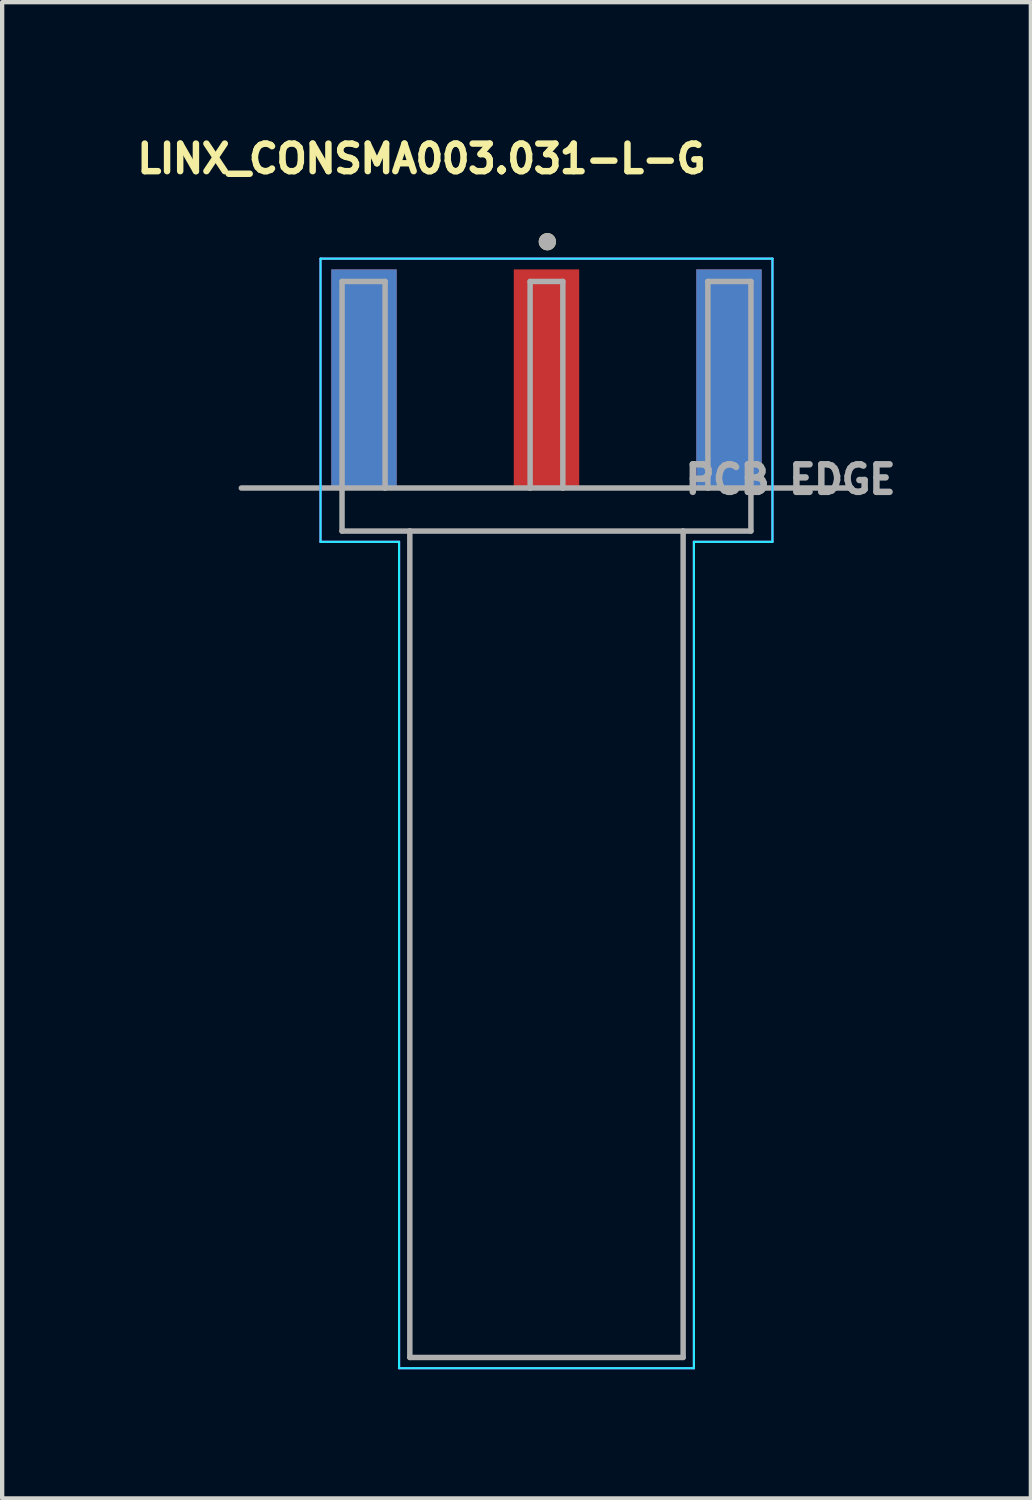
<source format=kicad_pcb>
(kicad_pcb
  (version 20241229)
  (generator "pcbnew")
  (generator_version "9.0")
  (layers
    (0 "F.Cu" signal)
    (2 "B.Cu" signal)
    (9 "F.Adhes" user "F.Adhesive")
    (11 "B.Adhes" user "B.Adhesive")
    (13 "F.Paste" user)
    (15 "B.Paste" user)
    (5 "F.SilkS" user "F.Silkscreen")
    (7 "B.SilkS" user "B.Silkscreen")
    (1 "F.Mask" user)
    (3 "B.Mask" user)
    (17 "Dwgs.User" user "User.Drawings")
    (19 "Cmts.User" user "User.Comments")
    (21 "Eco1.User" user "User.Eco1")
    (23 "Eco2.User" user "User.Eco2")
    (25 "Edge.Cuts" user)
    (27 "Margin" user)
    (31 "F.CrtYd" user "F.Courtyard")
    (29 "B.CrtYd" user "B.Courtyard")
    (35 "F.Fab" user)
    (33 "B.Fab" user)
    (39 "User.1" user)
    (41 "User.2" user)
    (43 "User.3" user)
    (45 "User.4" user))
  (footprint "LINX_CONSMA003.031-L-G"
    (layer "F.Cu")
    (at 9.647 8.289)
    (property "Reference" "LINX_CONSMA003.031-L-G" (at -2.903 -7.651 0) (layer "F.SilkS") (effects (font (size 0.64 0.64) (thickness 0.15))))
    (attr smd)
    (fp_circle (center 0.02 -5.723) (end 0.12 -5.723) (stroke (width 0.2) (type solid)) (fill no) (layer "F.SilkS"))
    (fp_line (start -5.25 -5.33) (end 5.25 -5.33) (stroke (width 0.05) (type solid)) (layer "B.CrtYd"))
    (fp_line (start -5.25 1.25) (end -5.25 -5.33) (stroke (width 0.05) (type solid)) (layer "B.CrtYd"))
    (fp_line (start -5.25 1.25) (end -3.425 1.25) (stroke (width 0.05) (type solid)) (layer "B.CrtYd"))
    (fp_line (start -3.425 1.25) (end -3.425 20.45) (stroke (width 0.05) (type solid)) (layer "B.CrtYd"))
    (fp_line (start 3.425 1.25) (end 3.425 20.45) (stroke (width 0.05) (type solid)) (layer "B.CrtYd"))
    (fp_line (start 3.425 20.45) (end -3.425 20.45) (stroke (width 0.05) (type solid)) (layer "B.CrtYd"))
    (fp_line (start 5.25 -5.33) (end 5.25 1.25) (stroke (width 0.05) (type solid)) (layer "B.CrtYd"))
    (fp_line (start 5.25 1.25) (end 3.425 1.25) (stroke (width 0.05) (type solid)) (layer "B.CrtYd"))
    (fp_line (start -5.25 -5.33) (end 5.25 -5.33) (stroke (width 0.05) (type solid)) (layer "F.CrtYd"))
    (fp_line (start -5.25 1.25) (end -5.25 -5.33) (stroke (width 0.05) (type solid)) (layer "F.CrtYd"))
    (fp_line (start -5.25 1.25) (end -3.425 1.25) (stroke (width 0.05) (type solid)) (layer "F.CrtYd"))
    (fp_line (start -3.425 1.25) (end -3.425 20.45) (stroke (width 0.05) (type solid)) (layer "F.CrtYd"))
    (fp_line (start 3.425 1.25) (end 3.425 20.45) (stroke (width 0.05) (type solid)) (layer "F.CrtYd"))
    (fp_line (start 3.425 20.45) (end -3.425 20.45) (stroke (width 0.05) (type solid)) (layer "F.CrtYd"))
    (fp_line (start 5.25 -5.33) (end 5.25 1.25) (stroke (width 0.05) (type solid)) (layer "F.CrtYd"))
    (fp_line (start 5.25 1.25) (end 3.425 1.25) (stroke (width 0.05) (type solid)) (layer "F.CrtYd"))
    (fp_line (start -7.09 0) (end -4.75 0) (stroke (width 0.127) (type solid)) (layer "F.Fab"))
    (fp_line (start -4.75 -4.8) (end -3.75 -4.8) (stroke (width 0.127) (type solid)) (layer "F.Fab"))
    (fp_line (start -4.75 0) (end -4.75 -4.8) (stroke (width 0.127) (type solid)) (layer "F.Fab"))
    (fp_line (start -4.75 0) (end -4.75 1) (stroke (width 0.127) (type solid)) (layer "F.Fab"))
    (fp_line (start -4.75 0) (end -3.75 0) (stroke (width 0.127) (type solid)) (layer "F.Fab"))
    (fp_line (start -4.75 1) (end -3.175 1) (stroke (width 0.127) (type solid)) (layer "F.Fab"))
    (fp_line (start -3.75 -4.8) (end -3.75 0) (stroke (width 0.127) (type solid)) (layer "F.Fab"))
    (fp_line (start -3.75 0) (end -0.38 0) (stroke (width 0.127) (type solid)) (layer "F.Fab"))
    (fp_line (start -3.175 1) (end -3.175 20.2) (stroke (width 0.127) (type solid)) (layer "F.Fab"))
    (fp_line (start -3.175 1) (end 3.175 1) (stroke (width 0.127) (type solid)) (layer "F.Fab"))
    (fp_line (start -3.175 20.2) (end 3.175 20.2) (stroke (width 0.127) (type solid)) (layer "F.Fab"))
    (fp_line (start -0.38 -4.8) (end 0.38 -4.8) (stroke (width 0.127) (type solid)) (layer "F.Fab"))
    (fp_line (start -0.38 0) (end -0.38 -4.8) (stroke (width 0.127) (type solid)) (layer "F.Fab"))
    (fp_line (start -0.38 0) (end 0.38 0) (stroke (width 0.127) (type solid)) (layer "F.Fab"))
    (fp_line (start 0.38 -4.8) (end 0.38 0) (stroke (width 0.127) (type solid)) (layer "F.Fab"))
    (fp_line (start 0.38 0) (end 3.75 0) (stroke (width 0.127) (type solid)) (layer "F.Fab"))
    (fp_line (start 3.175 1) (end 4.75 1) (stroke (width 0.127) (type solid)) (layer "F.Fab"))
    (fp_line (start 3.175 20.2) (end 3.175 1) (stroke (width 0.127) (type solid)) (layer "F.Fab"))
    (fp_line (start 3.75 -4.8) (end 4.75 -4.8) (stroke (width 0.127) (type solid)) (layer "F.Fab"))
    (fp_line (start 3.75 0) (end 3.75 -4.8) (stroke (width 0.127) (type solid)) (layer "F.Fab"))
    (fp_line (start 3.75 0) (end 4.75 0) (stroke (width 0.127) (type solid)) (layer "F.Fab"))
    (fp_line (start 4.75 -4.8) (end 4.75 0) (stroke (width 0.127) (type solid)) (layer "F.Fab"))
    (fp_line (start 4.75 0) (end 7.09 0) (stroke (width 0.127) (type solid)) (layer "F.Fab"))
    (fp_line (start 4.75 1) (end 4.75 0) (stroke (width 0.127) (type solid)) (layer "F.Fab"))
    (fp_circle (center 0.02 -5.723) (end 0.12 -5.723) (stroke (width 0.2) (type solid)) (fill no) (layer "F.Fab"))
    (fp_text user "PCB EDGE" (at 5.67 -0.2 0) (layer "F.Fab") (effects (font (size 0.64 0.64) (thickness 0.15))))
    (pad "1" smd rect (at 0 -2.54) (size 1.52 5.08) (layers "F.Cu" "F.Mask" "F.Paste"))
    (pad "S1" smd rect (at -4.24 -2.54) (size 1.52 5.08) (layers "F.Cu" "F.Mask" "F.Paste"))
    (pad "S2" smd rect (at 4.24 -2.54) (size 1.52 5.08) (layers "F.Cu" "F.Mask" "F.Paste"))
    (pad "S3" smd rect (at -4.24 -2.54) (size 1.52 5.08) (layers "B.Cu" "B.Mask" "B.Paste"))
    (pad "S4" smd rect (at 4.24 -2.54) (size 1.52 5.08) (layers "B.Cu" "B.Mask" "B.Paste")))
  (gr_rect
    (start -3 -3)
    (end 20.901 31.764)
    (stroke (width 0.1) (type default))
    (fill no)
    (layer "Edge.Cuts")))
</source>
